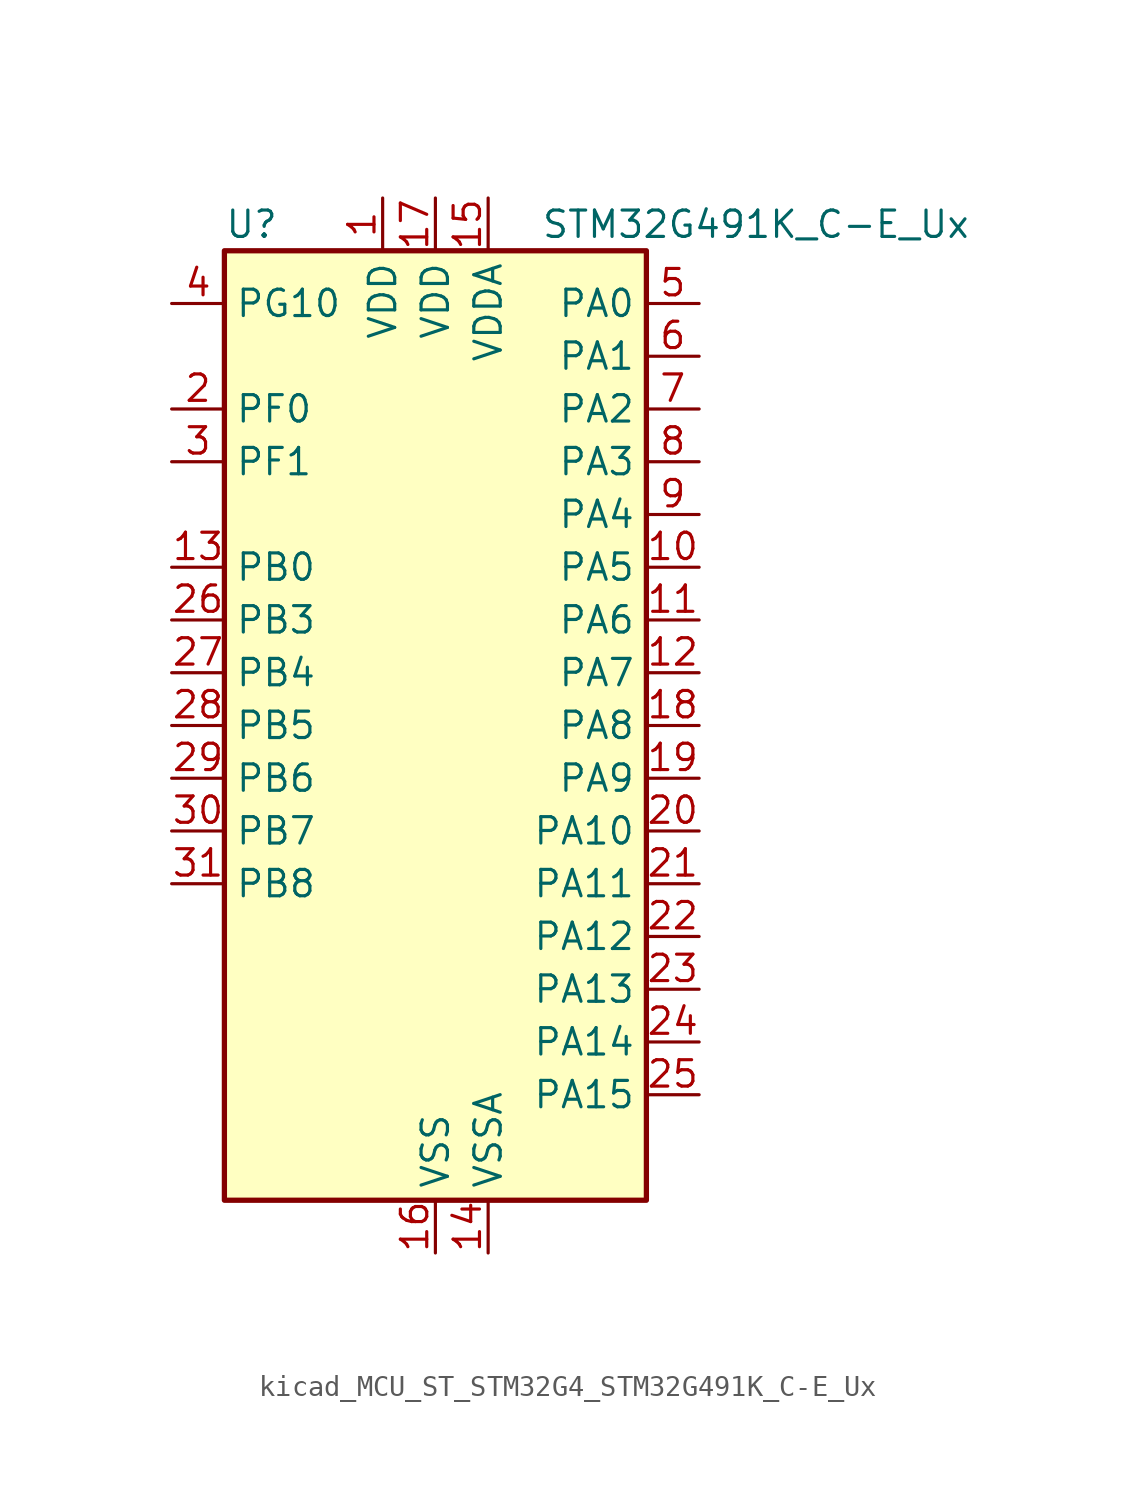
<source format=kicad_sym>
(kicad_symbol_lib
  (version 20220914)
  (generator kicad_symbol_editor)
  (symbol "kicad_MCU_ST_STM32G4_STM32G491K_C-E_Ux"
    (property "Reference" "U"
      (at -10.16 24.13 0)
      (effects (font (size 1.27 1.27)) (justify left)))
    (property "Value" "STM32G491K_C-E_Ux"
      (at 5.08 24.13 0)
      (effects (font (size 1.27 1.27)) (justify left)))
    (property "ki_locked" ""
      (at 0 0 0)
      (effects (font (size 1.27 1.27))))
    (symbol "kicad_MCU_ST_STM32G4_STM32G491K_C-E_Ux_0_1"
      (rectangle (start -10.16 -22.86) (end 10.16 22.86) (stroke (width 0.254) (type default)) (fill (type background))))
    (symbol "kicad_MCU_ST_STM32G4_STM32G491K_C-E_Ux_1_1"
      (pin power_in line (at -2.54 25.4 270) (length 2.54) (name "VDD" (effects (font (size 1.27 1.27)))) (number "1" (effects (font (size 1.27 1.27)))))
      (pin bidirectional line (at 12.7 7.62 180) (length 2.54) (name "PA5" (effects (font (size 1.27 1.27)))) (number "10" (effects (font (size 1.27 1.27)))) (alternate "ADC2_IN13" bidirectional line) (alternate "COMP2_INM" bidirectional line) (alternate "DAC1_OUT2" bidirectional line) (alternate "OPAMP2_VINM" bidirectional line) (alternate "OPAMP2_VINM0" bidirectional line) (alternate "OPAMP2_VINM_SEC" bidirectional line) (alternate "SPI1_SCK" bidirectional line) (alternate "TIM2_CH1" bidirectional line) (alternate "TIM2_ETR" bidirectional line) (alternate "UCPD1_FRSTX1" bidirectional line) (alternate "UCPD1_FRSTX2" bidirectional line))
      (pin bidirectional line (at 12.7 5.08 180) (length 2.54) (name "PA6" (effects (font (size 1.27 1.27)))) (number "11" (effects (font (size 1.27 1.27)))) (alternate "ADC2_IN3" bidirectional line) (alternate "COMP1_OUT" bidirectional line) (alternate "LPUART1_CTS" bidirectional line) (alternate "OPAMP2_VOUT" bidirectional line) (alternate "QUADSPI1_BK1_IO3" bidirectional line) (alternate "SPI1_MISO" bidirectional line) (alternate "TIM16_CH1" bidirectional line) (alternate "TIM1_BKIN" bidirectional line) (alternate "TIM3_CH1" bidirectional line) (alternate "TIM8_BKIN" bidirectional line))
      (pin bidirectional line (at 12.7 2.54 180) (length 2.54) (name "PA7" (effects (font (size 1.27 1.27)))) (number "12" (effects (font (size 1.27 1.27)))) (alternate "ADC2_IN4" bidirectional line) (alternate "COMP2_INP" bidirectional line) (alternate "COMP2_OUT" bidirectional line) (alternate "OPAMP1_VINP" bidirectional line) (alternate "OPAMP1_VINP_SEC" bidirectional line) (alternate "OPAMP2_VINP" bidirectional line) (alternate "OPAMP2_VINP_SEC" bidirectional line) (alternate "QUADSPI1_BK1_IO2" bidirectional line) (alternate "SPI1_MOSI" bidirectional line) (alternate "TIM17_CH1" bidirectional line) (alternate "TIM1_CH1N" bidirectional line) (alternate "TIM3_CH2" bidirectional line) (alternate "TIM8_CH1N" bidirectional line) (alternate "UCPD1_FRSTX1" bidirectional line) (alternate "UCPD1_FRSTX2" bidirectional line))
      (pin bidirectional line (at -12.7 7.62 0) (length 2.54) (name "PB0" (effects (font (size 1.27 1.27)))) (number "13" (effects (font (size 1.27 1.27)))) (alternate "ADC1_IN15" bidirectional line) (alternate "ADC3_IN12" bidirectional line) (alternate "COMP4_INP" bidirectional line) (alternate "OPAMP2_VINP" bidirectional line) (alternate "OPAMP2_VINP_SEC" bidirectional line) (alternate "OPAMP3_VINP" bidirectional line) (alternate "OPAMP3_VINP_SEC" bidirectional line) (alternate "QUADSPI1_BK1_IO1" bidirectional line) (alternate "TIM1_CH2N" bidirectional line) (alternate "TIM3_CH3" bidirectional line) (alternate "TIM8_CH2N" bidirectional line) (alternate "UCPD1_FRSTX1" bidirectional line) (alternate "UCPD1_FRSTX2" bidirectional line))
      (pin power_in line (at 2.54 -25.4 90) (length 2.54) (name "VSSA" (effects (font (size 1.27 1.27)))) (number "14" (effects (font (size 1.27 1.27)))))
      (pin power_in line (at 2.54 25.4 270) (length 2.54) (name "VDDA" (effects (font (size 1.27 1.27)))) (number "15" (effects (font (size 1.27 1.27)))))
      (pin power_in line (at 0 -25.4 90) (length 2.54) (name "VSS" (effects (font (size 1.27 1.27)))) (number "16" (effects (font (size 1.27 1.27)))))
      (pin power_in line (at 0 25.4 270) (length 2.54) (name "VDD" (effects (font (size 1.27 1.27)))) (number "17" (effects (font (size 1.27 1.27)))))
      (pin bidirectional line (at 12.7 0 180) (length 2.54) (name "PA8" (effects (font (size 1.27 1.27)))) (number "18" (effects (font (size 1.27 1.27)))) (alternate "I2C2_SDA" bidirectional line) (alternate "I2C3_SCL" bidirectional line) (alternate "I2S2_MCK" bidirectional line) (alternate "RCC_MCO" bidirectional line) (alternate "SAI1_CK2" bidirectional line) (alternate "SAI1_SCK_A" bidirectional line) (alternate "TIM1_CH1" bidirectional line) (alternate "TIM4_ETR" bidirectional line) (alternate "USART1_CK" bidirectional line))
      (pin bidirectional line (at 12.7 -2.54 180) (length 2.54) (name "PA9" (effects (font (size 1.27 1.27)))) (number "19" (effects (font (size 1.27 1.27)))) (alternate "DAC1_EXTI9" bidirectional line) (alternate "DAC3_EXTI9" bidirectional line) (alternate "I2C2_SCL" bidirectional line) (alternate "I2C3_SMBA" bidirectional line) (alternate "I2S3_MCK" bidirectional line) (alternate "SAI1_FS_A" bidirectional line) (alternate "TIM15_BKIN" bidirectional line) (alternate "TIM1_CH2" bidirectional line) (alternate "TIM2_CH3" bidirectional line) (alternate "UCPD1_DBCC1" bidirectional line) (alternate "USART1_TX" bidirectional line))
      (pin bidirectional line (at -12.7 15.24 0) (length 2.54) (name "PF0" (effects (font (size 1.27 1.27)))) (number "2" (effects (font (size 1.27 1.27)))) (alternate "ADC1_IN10" bidirectional line) (alternate "I2C2_SDA" bidirectional line) (alternate "I2S2_WS" bidirectional line) (alternate "RCC_OSC_IN" bidirectional line) (alternate "SPI2_NSS" bidirectional line) (alternate "TIM1_CH3N" bidirectional line))
      (pin bidirectional line (at 12.7 -5.08 180) (length 2.54) (name "PA10" (effects (font (size 1.27 1.27)))) (number "20" (effects (font (size 1.27 1.27)))) (alternate "CRS_SYNC" bidirectional line) (alternate "DAC1_EXTI10" bidirectional line) (alternate "DAC3_EXTI10" bidirectional line) (alternate "I2C2_SMBA" bidirectional line) (alternate "SAI1_D1" bidirectional line) (alternate "SAI1_SD_A" bidirectional line) (alternate "SPI2_MISO" bidirectional line) (alternate "TIM17_BKIN" bidirectional line) (alternate "TIM1_CH3" bidirectional line) (alternate "TIM2_CH4" bidirectional line) (alternate "TIM8_BKIN" bidirectional line) (alternate "UCPD1_DBCC2" bidirectional line) (alternate "USART1_RX" bidirectional line))
      (pin bidirectional line (at 12.7 -7.62 180) (length 2.54) (name "PA11" (effects (font (size 1.27 1.27)))) (number "21" (effects (font (size 1.27 1.27)))) (alternate "ADC1_EXTI11" bidirectional line) (alternate "ADC2_EXTI11" bidirectional line) (alternate "COMP1_OUT" bidirectional line) (alternate "FDCAN1_RX" bidirectional line) (alternate "I2S2_SD" bidirectional line) (alternate "SPI2_MOSI" bidirectional line) (alternate "TIM1_BKIN2" bidirectional line) (alternate "TIM1_CH1N" bidirectional line) (alternate "TIM1_CH4" bidirectional line) (alternate "TIM4_CH1" bidirectional line) (alternate "USART1_CTS" bidirectional line) (alternate "USART1_NSS" bidirectional line) (alternate "USB_DM" bidirectional line))
      (pin bidirectional line (at 12.7 -10.16 180) (length 2.54) (name "PA12" (effects (font (size 1.27 1.27)))) (number "22" (effects (font (size 1.27 1.27)))) (alternate "COMP2_OUT" bidirectional line) (alternate "FDCAN1_TX" bidirectional line) (alternate "I2S_CKIN" bidirectional line) (alternate "TIM16_CH1" bidirectional line) (alternate "TIM1_CH2N" bidirectional line) (alternate "TIM1_ETR" bidirectional line) (alternate "TIM4_CH2" bidirectional line) (alternate "USART1_DE" bidirectional line) (alternate "USART1_RTS" bidirectional line) (alternate "USB_DP" bidirectional line))
      (pin bidirectional line (at 12.7 -12.7 180) (length 2.54) (name "PA13" (effects (font (size 1.27 1.27)))) (number "23" (effects (font (size 1.27 1.27)))) (alternate "I2C1_SCL" bidirectional line) (alternate "IR_OUT" bidirectional line) (alternate "SAI1_SD_B" bidirectional line) (alternate "SYS_JTMS-SWDIO" bidirectional line) (alternate "TIM16_CH1N" bidirectional line) (alternate "TIM4_CH3" bidirectional line))
      (pin bidirectional line (at 12.7 -15.24 180) (length 2.54) (name "PA14" (effects (font (size 1.27 1.27)))) (number "24" (effects (font (size 1.27 1.27)))) (alternate "I2C1_SDA" bidirectional line) (alternate "LPTIM1_OUT" bidirectional line) (alternate "SAI1_FS_B" bidirectional line) (alternate "SYS_JTCK-SWCLK" bidirectional line) (alternate "TIM1_BKIN" bidirectional line) (alternate "TIM8_CH2" bidirectional line) (alternate "USART2_TX" bidirectional line))
      (pin bidirectional line (at 12.7 -17.78 180) (length 2.54) (name "PA15" (effects (font (size 1.27 1.27)))) (number "25" (effects (font (size 1.27 1.27)))) (alternate "ADC1_EXTI15" bidirectional line) (alternate "ADC2_EXTI15" bidirectional line) (alternate "I2C1_SCL" bidirectional line) (alternate "I2S3_WS" bidirectional line) (alternate "SPI1_NSS" bidirectional line) (alternate "SPI3_NSS" bidirectional line) (alternate "SYS_JTDI" bidirectional line) (alternate "TIM1_BKIN" bidirectional line) (alternate "TIM20_ETR" bidirectional line) (alternate "TIM2_CH1" bidirectional line) (alternate "TIM2_ETR" bidirectional line) (alternate "TIM8_CH1" bidirectional line) (alternate "USART2_RX" bidirectional line))
      (pin bidirectional line (at -12.7 5.08 0) (length 2.54) (name "PB3" (effects (font (size 1.27 1.27)))) (number "26" (effects (font (size 1.27 1.27)))) (alternate "ADC3_EXTI3" bidirectional line) (alternate "CRS_SYNC" bidirectional line) (alternate "I2S3_CK" bidirectional line) (alternate "SAI1_SCK_B" bidirectional line) (alternate "SPI1_SCK" bidirectional line) (alternate "SPI3_SCK" bidirectional line) (alternate "SYS_JTDO-SWO" bidirectional line) (alternate "TIM2_CH2" bidirectional line) (alternate "TIM3_ETR" bidirectional line) (alternate "TIM4_ETR" bidirectional line) (alternate "TIM8_CH1N" bidirectional line) (alternate "USART2_TX" bidirectional line))
      (pin bidirectional line (at -12.7 2.54 0) (length 2.54) (name "PB4" (effects (font (size 1.27 1.27)))) (number "27" (effects (font (size 1.27 1.27)))) (alternate "SAI1_MCLK_B" bidirectional line) (alternate "SPI1_MISO" bidirectional line) (alternate "SPI3_MISO" bidirectional line) (alternate "SYS_JTRST" bidirectional line) (alternate "TIM16_CH1" bidirectional line) (alternate "TIM17_BKIN" bidirectional line) (alternate "TIM3_CH1" bidirectional line) (alternate "TIM8_CH2N" bidirectional line) (alternate "UCPD1_CC2" bidirectional line) (alternate "USART2_RX" bidirectional line))
      (pin bidirectional line (at -12.7 0 0) (length 2.54) (name "PB5" (effects (font (size 1.27 1.27)))) (number "28" (effects (font (size 1.27 1.27)))) (alternate "FDCAN2_RX" bidirectional line) (alternate "I2C1_SMBA" bidirectional line) (alternate "I2C3_SDA" bidirectional line) (alternate "I2S3_SD" bidirectional line) (alternate "LPTIM1_IN1" bidirectional line) (alternate "SAI1_SD_B" bidirectional line) (alternate "SPI1_MOSI" bidirectional line) (alternate "SPI3_MOSI" bidirectional line) (alternate "TIM16_BKIN" bidirectional line) (alternate "TIM17_CH1" bidirectional line) (alternate "TIM3_CH2" bidirectional line) (alternate "TIM8_CH3N" bidirectional line) (alternate "USART2_CK" bidirectional line))
      (pin bidirectional line (at -12.7 -2.54 0) (length 2.54) (name "PB6" (effects (font (size 1.27 1.27)))) (number "29" (effects (font (size 1.27 1.27)))) (alternate "COMP4_OUT" bidirectional line) (alternate "FDCAN2_TX" bidirectional line) (alternate "LPTIM1_ETR" bidirectional line) (alternate "SAI1_FS_B" bidirectional line) (alternate "TIM16_CH1N" bidirectional line) (alternate "TIM4_CH1" bidirectional line) (alternate "TIM8_BKIN2" bidirectional line) (alternate "TIM8_CH1" bidirectional line) (alternate "TIM8_ETR" bidirectional line) (alternate "UCPD1_CC1" bidirectional line) (alternate "USART1_TX" bidirectional line))
      (pin bidirectional line (at -12.7 12.7 0) (length 2.54) (name "PF1" (effects (font (size 1.27 1.27)))) (number "3" (effects (font (size 1.27 1.27)))) (alternate "ADC2_IN10" bidirectional line) (alternate "COMP3_INM" bidirectional line) (alternate "I2S2_CK" bidirectional line) (alternate "RCC_OSC_OUT" bidirectional line) (alternate "SPI2_SCK" bidirectional line))
      (pin bidirectional line (at -12.7 -5.08 0) (length 2.54) (name "PB7" (effects (font (size 1.27 1.27)))) (number "30" (effects (font (size 1.27 1.27)))) (alternate "COMP3_OUT" bidirectional line) (alternate "I2C1_SDA" bidirectional line) (alternate "LPTIM1_IN2" bidirectional line) (alternate "SYS_PVD_IN" bidirectional line) (alternate "TIM17_CH1N" bidirectional line) (alternate "TIM3_CH4" bidirectional line) (alternate "TIM4_CH2" bidirectional line) (alternate "TIM8_BKIN" bidirectional line) (alternate "USART1_RX" bidirectional line))
      (pin bidirectional line (at -12.7 -7.62 0) (length 2.54) (name "PB8" (effects (font (size 1.27 1.27)))) (number "31" (effects (font (size 1.27 1.27)))) (alternate "COMP1_OUT" bidirectional line) (alternate "FDCAN1_RX" bidirectional line) (alternate "I2C1_SCL" bidirectional line) (alternate "SAI1_CK1" bidirectional line) (alternate "SAI1_MCLK_A" bidirectional line) (alternate "TIM16_CH1" bidirectional line) (alternate "TIM1_BKIN" bidirectional line) (alternate "TIM4_CH3" bidirectional line) (alternate "TIM8_CH2" bidirectional line))
      (pin passive line (at 0 -25.4 90) (length 2.54) hide (name "VSS" (effects (font (size 1.27 1.27)))) (number "32" (effects (font (size 1.27 1.27)))))
      (pin passive line (at 0 -25.4 90) (length 2.54) hide (name "VSS" (effects (font (size 1.27 1.27)))) (number "33" (effects (font (size 1.27 1.27)))))
      (pin bidirectional line (at -12.7 20.32 0) (length 2.54) (name "PG10" (effects (font (size 1.27 1.27)))) (number "4" (effects (font (size 1.27 1.27)))) (alternate "DAC1_EXTI10" bidirectional line) (alternate "DAC3_EXTI10" bidirectional line) (alternate "RCC_MCO" bidirectional line))
      (pin bidirectional line (at 12.7 20.32 180) (length 2.54) (name "PA0" (effects (font (size 1.27 1.27)))) (number "5" (effects (font (size 1.27 1.27)))) (alternate "ADC1_IN1" bidirectional line) (alternate "ADC2_IN1" bidirectional line) (alternate "COMP1_INM" bidirectional line) (alternate "COMP1_OUT" bidirectional line) (alternate "COMP3_INP" bidirectional line) (alternate "RTC_TAMP2" bidirectional line) (alternate "SYS_WKUP1" bidirectional line) (alternate "TIM2_CH1" bidirectional line) (alternate "TIM2_ETR" bidirectional line) (alternate "TIM8_BKIN" bidirectional line) (alternate "TIM8_ETR" bidirectional line) (alternate "USART2_CTS" bidirectional line) (alternate "USART2_NSS" bidirectional line))
      (pin bidirectional line (at 12.7 17.78 180) (length 2.54) (name "PA1" (effects (font (size 1.27 1.27)))) (number "6" (effects (font (size 1.27 1.27)))) (alternate "ADC1_IN2" bidirectional line) (alternate "ADC2_IN2" bidirectional line) (alternate "COMP1_INP" bidirectional line) (alternate "OPAMP1_VINP" bidirectional line) (alternate "OPAMP1_VINP_SEC" bidirectional line) (alternate "OPAMP3_VINP" bidirectional line) (alternate "OPAMP3_VINP_SEC" bidirectional line) (alternate "OPAMP6_VINM" bidirectional line) (alternate "OPAMP6_VINM0" bidirectional line) (alternate "OPAMP6_VINM_SEC" bidirectional line) (alternate "RTC_REFIN" bidirectional line) (alternate "TIM15_CH1N" bidirectional line) (alternate "TIM2_CH2" bidirectional line) (alternate "USART2_DE" bidirectional line) (alternate "USART2_RTS" bidirectional line))
      (pin bidirectional line (at 12.7 15.24 180) (length 2.54) (name "PA2" (effects (font (size 1.27 1.27)))) (number "7" (effects (font (size 1.27 1.27)))) (alternate "ADC1_IN3" bidirectional line) (alternate "ADC3_EXTI2" bidirectional line) (alternate "COMP2_INM" bidirectional line) (alternate "COMP2_OUT" bidirectional line) (alternate "LPUART1_TX" bidirectional line) (alternate "OPAMP1_VOUT" bidirectional line) (alternate "QUADSPI1_BK1_NCS" bidirectional line) (alternate "RCC_LSCO" bidirectional line) (alternate "SYS_WKUP4" bidirectional line) (alternate "TIM15_CH1" bidirectional line) (alternate "TIM2_CH3" bidirectional line) (alternate "UCPD1_FRSTX1" bidirectional line) (alternate "UCPD1_FRSTX2" bidirectional line) (alternate "USART2_TX" bidirectional line))
      (pin bidirectional line (at 12.7 12.7 180) (length 2.54) (name "PA3" (effects (font (size 1.27 1.27)))) (number "8" (effects (font (size 1.27 1.27)))) (alternate "ADC1_IN4" bidirectional line) (alternate "ADC3_EXTI3" bidirectional line) (alternate "COMP2_INP" bidirectional line) (alternate "LPUART1_RX" bidirectional line) (alternate "OPAMP1_VINM" bidirectional line) (alternate "OPAMP1_VINM0" bidirectional line) (alternate "OPAMP1_VINM_SEC" bidirectional line) (alternate "OPAMP1_VINP" bidirectional line) (alternate "OPAMP1_VINP_SEC" bidirectional line) (alternate "QUADSPI1_CLK" bidirectional line) (alternate "SAI1_CK1" bidirectional line) (alternate "SAI1_MCLK_A" bidirectional line) (alternate "TIM15_CH2" bidirectional line) (alternate "TIM2_CH4" bidirectional line) (alternate "USART2_RX" bidirectional line))
      (pin bidirectional line (at 12.7 10.16 180) (length 2.54) (name "PA4" (effects (font (size 1.27 1.27)))) (number "9" (effects (font (size 1.27 1.27)))) (alternate "ADC2_IN17" bidirectional line) (alternate "COMP1_INM" bidirectional line) (alternate "DAC1_OUT1" bidirectional line) (alternate "I2S3_WS" bidirectional line) (alternate "SAI1_FS_B" bidirectional line) (alternate "SPI1_NSS" bidirectional line) (alternate "SPI3_NSS" bidirectional line) (alternate "TIM3_CH2" bidirectional line) (alternate "USART2_CK" bidirectional line)))))
</source>
